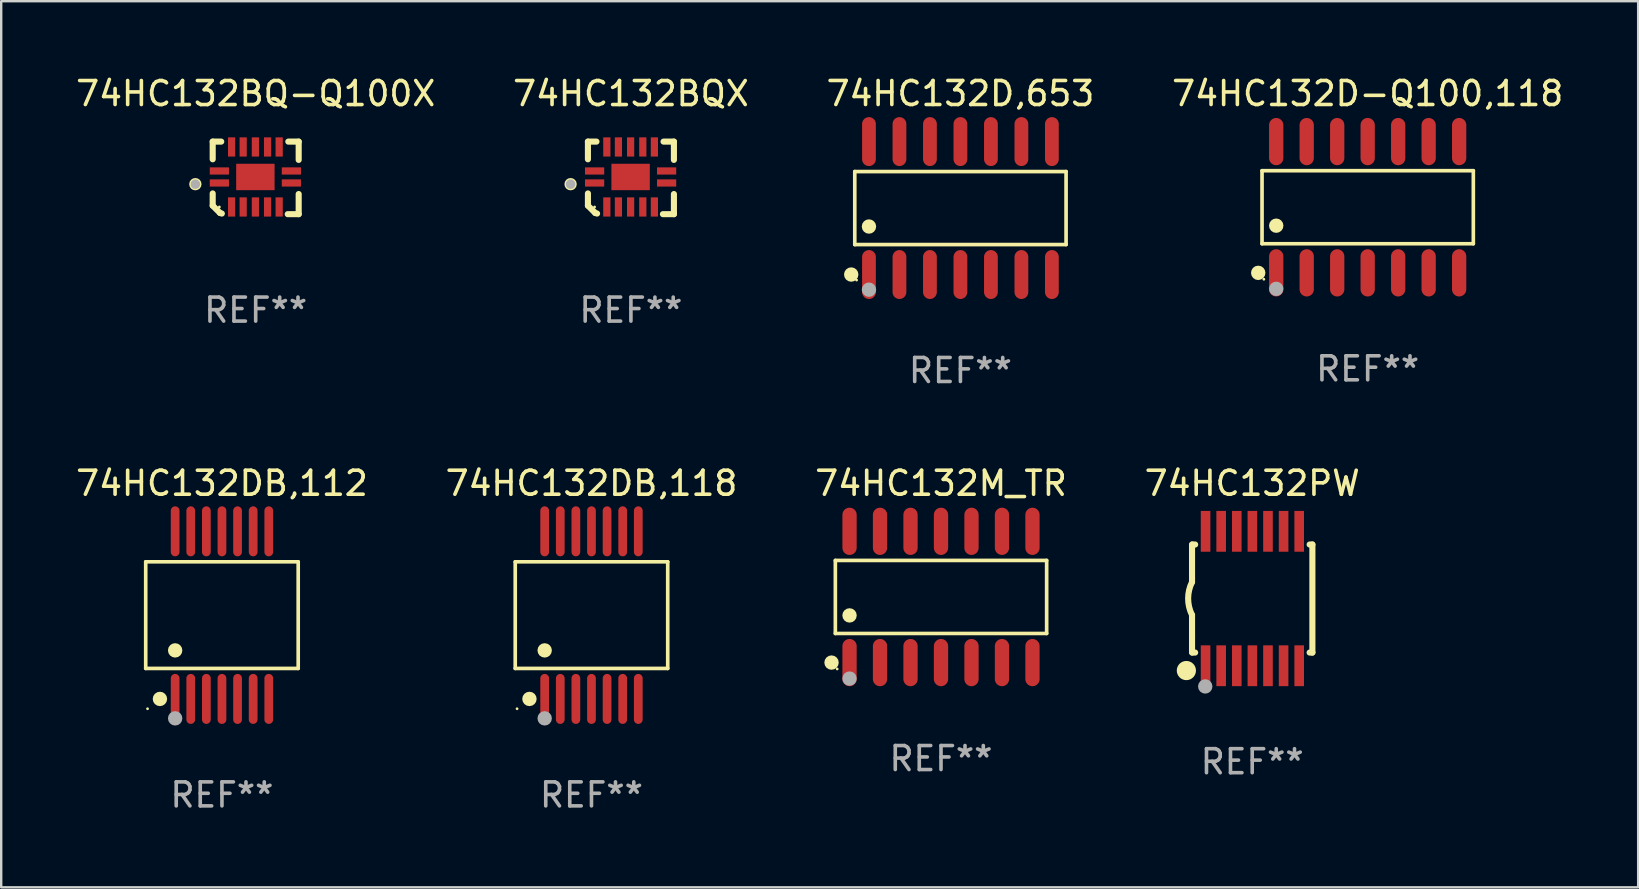
<source format=kicad_pcb>
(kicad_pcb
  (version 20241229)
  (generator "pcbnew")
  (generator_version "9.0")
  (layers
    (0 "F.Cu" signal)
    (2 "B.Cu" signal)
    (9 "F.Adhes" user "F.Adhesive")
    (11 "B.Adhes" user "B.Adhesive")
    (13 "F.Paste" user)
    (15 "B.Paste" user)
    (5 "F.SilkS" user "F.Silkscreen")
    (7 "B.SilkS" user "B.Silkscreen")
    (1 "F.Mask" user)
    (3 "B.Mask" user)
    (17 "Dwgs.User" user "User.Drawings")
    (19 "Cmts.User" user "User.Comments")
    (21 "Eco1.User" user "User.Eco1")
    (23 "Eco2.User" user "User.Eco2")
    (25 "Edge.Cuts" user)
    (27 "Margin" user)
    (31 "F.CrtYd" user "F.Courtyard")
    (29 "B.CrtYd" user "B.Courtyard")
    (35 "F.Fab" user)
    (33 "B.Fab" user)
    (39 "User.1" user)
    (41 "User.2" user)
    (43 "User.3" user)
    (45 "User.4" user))
  (footprint "74HC132PW"
    (layer "F.Cu")
    (at 49.113 21.883)
    (property "Reference" "74HC132PW" (at 0 -4.8 0) (layer "F.SilkS") (effects (font (size 1 1) (thickness 0.15))))
    (attr through_hole)
    (fp_line (start -2.507 -1.6) (end -2.507 -2.25) (stroke (width 0.254) (type solid)) (layer "F.SilkS"))
    (fp_line (start -2.507 -0.686) (end -2.507 -1.6) (stroke (width 0.254) (type solid)) (layer "F.SilkS"))
    (fp_line (start -2.507 1.6) (end -2.507 0.686) (stroke (width 0.254) (type solid)) (layer "F.SilkS"))
    (fp_line (start -2.507 1.6) (end -2.507 2.25) (stroke (width 0.254) (type solid)) (layer "F.SilkS"))
    (fp_line (start -2.493 -2.25) (end -2.377 -2.25) (stroke (width 0.254) (type solid)) (layer "F.SilkS"))
    (fp_line (start -2.377 2.25) (end -2.493 2.25) (stroke (width 0.254) (type solid)) (layer "F.SilkS"))
    (fp_line (start 2.392 -2.25) (end 2.507 -2.25) (stroke (width 0.254) (type solid)) (layer "F.SilkS"))
    (fp_line (start 2.507 -2.25) (end 2.507 2.25) (stroke (width 0.254) (type solid)) (layer "F.SilkS"))
    (fp_line (start 2.507 2.25) (end 2.392 2.25) (stroke (width 0.254) (type solid)) (layer "F.SilkS"))
    (fp_arc (start -2.507303 0.685802) (mid -2.669199 0) (end -2.507303 -0.685801) (stroke (width 0.254001) (type solid)) (layer "F.SilkS"))
    (fp_circle (center -2.743 3) (end -2.543 3) (stroke (width 0.4) (type solid)) (fill no) (layer "F.SilkS"))
    (fp_circle (center -2.493 3.2) (end -2.463 3.2) (stroke (width 0.06) (type solid)) (fill no) (layer "F.SilkS"))
    (fp_circle (center -1.957 3.662) (end -1.807 3.662) (stroke (width 0.3) (type solid)) (fill no) (layer "F.Fab"))
    (fp_text user "REF**" (at 0 6.8 0) (layer "F.Fab") (effects (font (size 1 1) (thickness 0.15))))
    (pad "1" smd rect (at -1.943 2.8) (size 0.4 1.7) (layers "F.Cu" "F.Mask" "F.Paste"))
    (pad "2" smd rect (at -1.293 2.8) (size 0.4 1.7) (layers "F.Cu" "F.Mask" "F.Paste"))
    (pad "3" smd rect (at -0.643 2.8) (size 0.4 1.7) (layers "F.Cu" "F.Mask" "F.Paste"))
    (pad "4" smd rect (at 0.007 2.8) (size 0.4 1.7) (layers "F.Cu" "F.Mask" "F.Paste"))
    (pad "5" smd rect (at 0.657 2.8) (size 0.4 1.7) (layers "F.Cu" "F.Mask" "F.Paste"))
    (pad "6" smd rect (at 1.307 2.8) (size 0.4 1.7) (layers "F.Cu" "F.Mask" "F.Paste"))
    (pad "7" smd rect (at 1.957 2.8) (size 0.4 1.7) (layers "F.Cu" "F.Mask" "F.Paste"))
    (pad "8" smd rect (at 1.957 -2.8) (size 0.4 1.7) (layers "F.Cu" "F.Mask" "F.Paste"))
    (pad "9" smd rect (at 1.307 -2.8) (size 0.4 1.7) (layers "F.Cu" "F.Mask" "F.Paste"))
    (pad "10" smd rect (at 0.657 -2.8) (size 0.4 1.7) (layers "F.Cu" "F.Mask" "F.Paste"))
    (pad "11" smd rect (at 0.007 -2.8) (size 0.4 1.7) (layers "F.Cu" "F.Mask" "F.Paste"))
    (pad "12" smd rect (at -0.643 -2.8) (size 0.4 1.7) (layers "F.Cu" "F.Mask" "F.Paste"))
    (pad "13" smd rect (at -1.293 -2.8) (size 0.4 1.7) (layers "F.Cu" "F.Mask" "F.Paste"))
    (pad "14" smd rect (at -1.943 -2.8) (size 0.4 1.7) (layers "F.Cu" "F.Mask" "F.Paste")))
  (footprint "74HC132DB,112"
    (layer "F.Cu")
    (at 6.196 22.574)
    (property "Reference" "74HC132DB,112" (at 0 -5.491 0) (layer "F.SilkS") (effects (font (size 1 1) (thickness 0.15))))
    (attr through_hole)
    (fp_line (start -3.176 -2.221) (end 3.176 -2.221) (stroke (width 0.152) (type solid)) (layer "F.SilkS"))
    (fp_line (start -3.176 2.221) (end -3.176 -2.221) (stroke (width 0.152) (type solid)) (layer "F.SilkS"))
    (fp_line (start 3.176 -2.221) (end 3.176 2.221) (stroke (width 0.152) (type solid)) (layer "F.SilkS"))
    (fp_line (start 3.176 2.221) (end -3.176 2.221) (stroke (width 0.152) (type solid)) (layer "F.SilkS"))
    (fp_circle (center -3.1 3.9) (end -3.07 3.9) (stroke (width 0.06) (type solid)) (fill no) (layer "F.SilkS"))
    (fp_circle (center -2.584 3.491) (end -2.434 3.491) (stroke (width 0.3) (type solid)) (fill no) (layer "F.SilkS"))
    (fp_circle (center -1.95 1.469) (end -1.8 1.469) (stroke (width 0.3) (type solid)) (fill no) (layer "F.SilkS"))
    (fp_circle (center -1.95 4.3) (end -1.8 4.3) (stroke (width 0.3) (type solid)) (fill no) (layer "F.Fab"))
    (fp_text user "REF**" (at 0 7.491 0) (layer "F.Fab") (effects (font (size 1 1) (thickness 0.15))))
    (pad "1" smd oval (at -1.95 3.491) (size 0.364 2.082) (layers "F.Cu" "F.Mask" "F.Paste"))
    (pad "2" smd oval (at -1.3 3.491) (size 0.364 2.082) (layers "F.Cu" "F.Mask" "F.Paste"))
    (pad "3" smd oval (at -0.65 3.491) (size 0.364 2.082) (layers "F.Cu" "F.Mask" "F.Paste"))
    (pad "4" smd oval (at 0 3.491) (size 0.364 2.082) (layers "F.Cu" "F.Mask" "F.Paste"))
    (pad "5" smd oval (at 0.65 3.491) (size 0.364 2.082) (layers "F.Cu" "F.Mask" "F.Paste"))
    (pad "6" smd oval (at 1.3 3.491) (size 0.364 2.082) (layers "F.Cu" "F.Mask" "F.Paste"))
    (pad "7" smd oval (at 1.95 3.491) (size 0.364 2.082) (layers "F.Cu" "F.Mask" "F.Paste"))
    (pad "8" smd oval (at 1.95 -3.491) (size 0.364 2.082) (layers "F.Cu" "F.Mask" "F.Paste"))
    (pad "9" smd oval (at 1.3 -3.491) (size 0.364 2.082) (layers "F.Cu" "F.Mask" "F.Paste"))
    (pad "10" smd oval (at 0.65 -3.491) (size 0.364 2.082) (layers "F.Cu" "F.Mask" "F.Paste"))
    (pad "11" smd oval (at 0 -3.491) (size 0.364 2.082) (layers "F.Cu" "F.Mask" "F.Paste"))
    (pad "12" smd oval (at -0.65 -3.491) (size 0.364 2.082) (layers "F.Cu" "F.Mask" "F.Paste"))
    (pad "13" smd oval (at -1.3 -3.491) (size 0.364 2.082) (layers "F.Cu" "F.Mask" "F.Paste"))
    (pad "14" smd oval (at -1.95 -3.491) (size 0.364 2.082) (layers "F.Cu" "F.Mask" "F.Paste")))
  (footprint "74HC132D,653"
    (layer "F.Cu")
    (at 36.958 5.617)
    (property "Reference" "74HC132D,653" (at 0 -4.769 0) (layer "F.SilkS") (effects (font (size 1 1) (thickness 0.15))))
    (attr through_hole)
    (fp_line (start -4.401 -1.521) (end 4.401 -1.521) (stroke (width 0.152) (type solid)) (layer "F.SilkS"))
    (fp_line (start -4.401 1.521) (end -4.401 -1.521) (stroke (width 0.152) (type solid)) (layer "F.SilkS"))
    (fp_line (start 4.401 -1.521) (end 4.401 1.521) (stroke (width 0.152) (type solid)) (layer "F.SilkS"))
    (fp_line (start 4.401 1.521) (end -4.401 1.521) (stroke (width 0.152) (type solid)) (layer "F.SilkS"))
    (fp_circle (center -4.549 2.769) (end -4.399 2.769) (stroke (width 0.3) (type solid)) (fill no) (layer "F.SilkS"))
    (fp_circle (center -4.325 3) (end -4.295 3) (stroke (width 0.06) (type solid)) (fill no) (layer "F.SilkS"))
    (fp_circle (center -3.81 0.769) (end -3.66 0.769) (stroke (width 0.3) (type solid)) (fill no) (layer "F.SilkS"))
    (fp_circle (center -3.81 3.4) (end -3.66 3.4) (stroke (width 0.3) (type solid)) (fill no) (layer "F.Fab"))
    (fp_text user "REF**" (at 0 6.769 0) (layer "F.Fab") (effects (font (size 1 1) (thickness 0.15))))
    (pad "1" smd oval (at -3.81 2.769) (size 0.574 2.038) (layers "F.Cu" "F.Mask" "F.Paste"))
    (pad "2" smd oval (at -2.54 2.769) (size 0.574 2.038) (layers "F.Cu" "F.Mask" "F.Paste"))
    (pad "3" smd oval (at -1.27 2.769) (size 0.574 2.038) (layers "F.Cu" "F.Mask" "F.Paste"))
    (pad "4" smd oval (at 0 2.769) (size 0.574 2.038) (layers "F.Cu" "F.Mask" "F.Paste"))
    (pad "5" smd oval (at 1.27 2.769) (size 0.574 2.038) (layers "F.Cu" "F.Mask" "F.Paste"))
    (pad "6" smd oval (at 2.54 2.769) (size 0.574 2.038) (layers "F.Cu" "F.Mask" "F.Paste"))
    (pad "7" smd oval (at 3.81 2.769) (size 0.574 2.038) (layers "F.Cu" "F.Mask" "F.Paste"))
    (pad "8" smd oval (at 3.81 -2.769) (size 0.574 2.038) (layers "F.Cu" "F.Mask" "F.Paste"))
    (pad "9" smd oval (at 2.54 -2.769) (size 0.574 2.038) (layers "F.Cu" "F.Mask" "F.Paste"))
    (pad "10" smd oval (at 1.27 -2.769) (size 0.574 2.038) (layers "F.Cu" "F.Mask" "F.Paste"))
    (pad "11" smd oval (at 0 -2.769) (size 0.574 2.038) (layers "F.Cu" "F.Mask" "F.Paste"))
    (pad "12" smd oval (at -1.27 -2.769) (size 0.574 2.038) (layers "F.Cu" "F.Mask" "F.Paste"))
    (pad "13" smd oval (at -2.54 -2.769) (size 0.574 2.038) (layers "F.Cu" "F.Mask" "F.Paste"))
    (pad "14" smd oval (at -3.81 -2.769) (size 0.574 2.038) (layers "F.Cu" "F.Mask" "F.Paste")))
  (footprint "74HC132BQ-Q100X"
    (layer "F.Cu")
    (at 7.601 4.36)
    (property "Reference" "74HC132BQ-Q100X" (at 0 -3.511 0) (layer "F.SilkS") (effects (font (size 1 1) (thickness 0.15))))
    (attr through_hole)
    (fp_line (start -1.791 -1.511) (end -1.435 -1.511) (stroke (width 0.254) (type solid)) (layer "F.SilkS"))
    (fp_line (start -1.791 -0.775) (end -1.791 -1.511) (stroke (width 0.254) (type solid)) (layer "F.SilkS"))
    (fp_line (start -1.791 1.156) (end -1.791 0.648) (stroke (width 0.254) (type solid)) (layer "F.SilkS"))
    (fp_line (start -1.486 1.461) (end -1.791 1.156) (stroke (width 0.254) (type solid)) (layer "F.SilkS"))
    (fp_line (start -1.41 1.486) (end -1.486 1.461) (stroke (width 0.254) (type solid)) (layer "F.SilkS"))
    (fp_line (start 1.334 1.511) (end 1.791 1.511) (stroke (width 0.254) (type solid)) (layer "F.SilkS"))
    (fp_line (start 1.791 -1.511) (end 1.359 -1.511) (stroke (width 0.254) (type solid)) (layer "F.SilkS"))
    (fp_line (start 1.791 -0.749) (end 1.791 -1.511) (stroke (width 0.254) (type solid)) (layer "F.SilkS"))
    (fp_line (start 1.791 1.511) (end 1.791 0.673) (stroke (width 0.254) (type solid)) (layer "F.SilkS"))
    (fp_circle (center -2.513 0.262) (end -2.383 0.262) (stroke (width 0.254) (type solid)) (fill no) (layer "F.SilkS"))
    (fp_circle (center -1.513 1.212) (end -1.483 1.212) (stroke (width 0.06) (type solid)) (fill no) (layer "F.SilkS"))
    (fp_circle (center -2.513 0.262) (end -2.413 0.262) (stroke (width 0.2) (type solid)) (fill no) (layer "F.Fab"))
    (fp_text user "REF**" (at 0 5.511 0) (layer "F.Fab") (effects (font (size 1 1) (thickness 0.15))))
    (pad "1" smd rect (at -1.513 0.212) (size 0.8 0.3) (layers "F.Cu" "F.Mask" "F.Paste"))
    (pad "2" smd rect (at -1.003 1.212) (size 0.3 0.8) (layers "F.Cu" "F.Mask" "F.Paste"))
    (pad "3" smd rect (at -0.521 1.212) (size 0.3 0.8) (layers "F.Cu" "F.Mask" "F.Paste"))
    (pad "4" smd rect (at -0.013 1.212) (size 0.3 0.8) (layers "F.Cu" "F.Mask" "F.Paste"))
    (pad "5" smd rect (at 0.495 1.212) (size 0.3 0.8) (layers "F.Cu" "F.Mask" "F.Paste"))
    (pad "6" smd rect (at 0.978 1.212) (size 0.3 0.8) (layers "F.Cu" "F.Mask" "F.Paste"))
    (pad "7" smd rect (at 1.487 0.212) (size 0.8 0.3) (layers "F.Cu" "F.Mask" "F.Paste"))
    (pad "8" smd rect (at 1.487 -0.288) (size 0.8 0.3) (layers "F.Cu" "F.Mask" "F.Paste"))
    (pad "9" smd rect (at 0.978 -1.288) (size 0.3 0.8) (layers "F.Cu" "F.Mask" "F.Paste"))
    (pad "10" smd rect (at 0.495 -1.288) (size 0.3 0.8) (layers "F.Cu" "F.Mask" "F.Paste"))
    (pad "11" smd rect (at -0.013 -1.288) (size 0.3 0.8) (layers "F.Cu" "F.Mask" "F.Paste"))
    (pad "12" smd rect (at -0.521 -1.288) (size 0.3 0.8) (layers "F.Cu" "F.Mask" "F.Paste"))
    (pad "13" smd rect (at -1.003 -1.288) (size 0.3 0.8) (layers "F.Cu" "F.Mask" "F.Paste"))
    (pad "14" smd rect (at -1.513 -0.288) (size 0.8 0.3) (layers "F.Cu" "F.Mask" "F.Paste"))
    (pad "15" smd rect (at -0.013 -0.038 90) (size 1.1 1.6) (layers "F.Cu" "F.Mask" "F.Paste")))
  (footprint "74HC132M_TR"
    (layer "F.Cu")
    (at 36.149 21.817)
    (property "Reference" "74HC132M_TR" (at 0 -4.734 0) (layer "F.SilkS") (effects (font (size 1 1) (thickness 0.15))))
    (attr through_hole)
    (fp_line (start -4.401 -1.521) (end 4.401 -1.521) (stroke (width 0.152) (type solid)) (layer "F.SilkS"))
    (fp_line (start -4.401 1.521) (end -4.401 -1.521) (stroke (width 0.152) (type solid)) (layer "F.SilkS"))
    (fp_line (start 4.401 -1.521) (end 4.401 1.521) (stroke (width 0.152) (type solid)) (layer "F.SilkS"))
    (fp_line (start 4.401 1.521) (end -4.401 1.521) (stroke (width 0.152) (type solid)) (layer "F.SilkS"))
    (fp_circle (center -4.56 2.734) (end -4.41 2.734) (stroke (width 0.3) (type solid)) (fill no) (layer "F.SilkS"))
    (fp_circle (center -4.325 3) (end -4.295 3) (stroke (width 0.06) (type solid)) (fill no) (layer "F.SilkS"))
    (fp_circle (center -3.81 0.769) (end -3.66 0.769) (stroke (width 0.3) (type solid)) (fill no) (layer "F.SilkS"))
    (fp_circle (center -3.81 3.4) (end -3.66 3.4) (stroke (width 0.3) (type solid)) (fill no) (layer "F.Fab"))
    (fp_text user "REF**" (at 0 6.734 0) (layer "F.Fab") (effects (font (size 1 1) (thickness 0.15))))
    (pad "1" smd oval (at -3.81 2.734) (size 0.595 1.968) (layers "F.Cu" "F.Mask" "F.Paste"))
    (pad "2" smd oval (at -2.54 2.734) (size 0.595 1.968) (layers "F.Cu" "F.Mask" "F.Paste"))
    (pad "3" smd oval (at -1.27 2.734) (size 0.595 1.968) (layers "F.Cu" "F.Mask" "F.Paste"))
    (pad "4" smd oval (at 0 2.734) (size 0.595 1.968) (layers "F.Cu" "F.Mask" "F.Paste"))
    (pad "5" smd oval (at 1.27 2.734) (size 0.595 1.968) (layers "F.Cu" "F.Mask" "F.Paste"))
    (pad "6" smd oval (at 2.54 2.734) (size 0.595 1.968) (layers "F.Cu" "F.Mask" "F.Paste"))
    (pad "7" smd oval (at 3.81 2.734) (size 0.595 1.968) (layers "F.Cu" "F.Mask" "F.Paste"))
    (pad "8" smd oval (at 3.81 -2.734) (size 0.595 1.968) (layers "F.Cu" "F.Mask" "F.Paste"))
    (pad "9" smd oval (at 2.54 -2.734) (size 0.595 1.968) (layers "F.Cu" "F.Mask" "F.Paste"))
    (pad "10" smd oval (at 1.27 -2.734) (size 0.595 1.968) (layers "F.Cu" "F.Mask" "F.Paste"))
    (pad "11" smd oval (at 0 -2.734) (size 0.595 1.968) (layers "F.Cu" "F.Mask" "F.Paste"))
    (pad "12" smd oval (at -1.27 -2.734) (size 0.595 1.968) (layers "F.Cu" "F.Mask" "F.Paste"))
    (pad "13" smd oval (at -2.54 -2.734) (size 0.595 1.968) (layers "F.Cu" "F.Mask" "F.Paste"))
    (pad "14" smd oval (at -3.81 -2.734) (size 0.595 1.968) (layers "F.Cu" "F.Mask" "F.Paste")))
  (footprint "74HC132D-Q100,118"
    (layer "F.Cu")
    (at 53.923 5.582)
    (property "Reference" "74HC132D-Q100,118" (at 0 -4.734 0) (layer "F.SilkS") (effects (font (size 1 1) (thickness 0.15))))
    (attr through_hole)
    (fp_line (start -4.401 -1.521) (end 4.401 -1.521) (stroke (width 0.152) (type solid)) (layer "F.SilkS"))
    (fp_line (start -4.401 1.521) (end -4.401 -1.521) (stroke (width 0.152) (type solid)) (layer "F.SilkS"))
    (fp_line (start 4.401 -1.521) (end 4.401 1.521) (stroke (width 0.152) (type solid)) (layer "F.SilkS"))
    (fp_line (start 4.401 1.521) (end -4.401 1.521) (stroke (width 0.152) (type solid)) (layer "F.SilkS"))
    (fp_circle (center -4.56 2.734) (end -4.41 2.734) (stroke (width 0.3) (type solid)) (fill no) (layer "F.SilkS"))
    (fp_circle (center -4.325 3) (end -4.295 3) (stroke (width 0.06) (type solid)) (fill no) (layer "F.SilkS"))
    (fp_circle (center -3.81 0.769) (end -3.66 0.769) (stroke (width 0.3) (type solid)) (fill no) (layer "F.SilkS"))
    (fp_circle (center -3.81 3.4) (end -3.66 3.4) (stroke (width 0.3) (type solid)) (fill no) (layer "F.Fab"))
    (fp_text user "REF**" (at 0 6.734 0) (layer "F.Fab") (effects (font (size 1 1) (thickness 0.15))))
    (pad "1" smd oval (at -3.81 2.734) (size 0.595 1.968) (layers "F.Cu" "F.Mask" "F.Paste"))
    (pad "2" smd oval (at -2.54 2.734) (size 0.595 1.968) (layers "F.Cu" "F.Mask" "F.Paste"))
    (pad "3" smd oval (at -1.27 2.734) (size 0.595 1.968) (layers "F.Cu" "F.Mask" "F.Paste"))
    (pad "4" smd oval (at 0 2.734) (size 0.595 1.968) (layers "F.Cu" "F.Mask" "F.Paste"))
    (pad "5" smd oval (at 1.27 2.734) (size 0.595 1.968) (layers "F.Cu" "F.Mask" "F.Paste"))
    (pad "6" smd oval (at 2.54 2.734) (size 0.595 1.968) (layers "F.Cu" "F.Mask" "F.Paste"))
    (pad "7" smd oval (at 3.81 2.734) (size 0.595 1.968) (layers "F.Cu" "F.Mask" "F.Paste"))
    (pad "8" smd oval (at 3.81 -2.734) (size 0.595 1.968) (layers "F.Cu" "F.Mask" "F.Paste"))
    (pad "9" smd oval (at 2.54 -2.734) (size 0.595 1.968) (layers "F.Cu" "F.Mask" "F.Paste"))
    (pad "10" smd oval (at 1.27 -2.734) (size 0.595 1.968) (layers "F.Cu" "F.Mask" "F.Paste"))
    (pad "11" smd oval (at 0 -2.734) (size 0.595 1.968) (layers "F.Cu" "F.Mask" "F.Paste"))
    (pad "12" smd oval (at -1.27 -2.734) (size 0.595 1.968) (layers "F.Cu" "F.Mask" "F.Paste"))
    (pad "13" smd oval (at -2.54 -2.734) (size 0.595 1.968) (layers "F.Cu" "F.Mask" "F.Paste"))
    (pad "14" smd oval (at -3.81 -2.734) (size 0.595 1.968) (layers "F.Cu" "F.Mask" "F.Paste")))
  (footprint "74HC132DB,118"
    (layer "F.Cu")
    (at 21.589 22.574)
    (property "Reference" "74HC132DB,118" (at 0 -5.491 0) (layer "F.SilkS") (effects (font (size 1 1) (thickness 0.15))))
    (attr through_hole)
    (fp_line (start -3.176 -2.221) (end 3.176 -2.221) (stroke (width 0.152) (type solid)) (layer "F.SilkS"))
    (fp_line (start -3.176 2.221) (end -3.176 -2.221) (stroke (width 0.152) (type solid)) (layer "F.SilkS"))
    (fp_line (start 3.176 -2.221) (end 3.176 2.221) (stroke (width 0.152) (type solid)) (layer "F.SilkS"))
    (fp_line (start 3.176 2.221) (end -3.176 2.221) (stroke (width 0.152) (type solid)) (layer "F.SilkS"))
    (fp_circle (center -3.1 3.9) (end -3.07 3.9) (stroke (width 0.06) (type solid)) (fill no) (layer "F.SilkS"))
    (fp_circle (center -2.584 3.491) (end -2.434 3.491) (stroke (width 0.3) (type solid)) (fill no) (layer "F.SilkS"))
    (fp_circle (center -1.95 1.469) (end -1.8 1.469) (stroke (width 0.3) (type solid)) (fill no) (layer "F.SilkS"))
    (fp_circle (center -1.95 4.3) (end -1.8 4.3) (stroke (width 0.3) (type solid)) (fill no) (layer "F.Fab"))
    (fp_text user "REF**" (at 0 7.491 0) (layer "F.Fab") (effects (font (size 1 1) (thickness 0.15))))
    (pad "1" smd oval (at -1.95 3.491) (size 0.364 2.082) (layers "F.Cu" "F.Mask" "F.Paste"))
    (pad "2" smd oval (at -1.3 3.491) (size 0.364 2.082) (layers "F.Cu" "F.Mask" "F.Paste"))
    (pad "3" smd oval (at -0.65 3.491) (size 0.364 2.082) (layers "F.Cu" "F.Mask" "F.Paste"))
    (pad "4" smd oval (at 0 3.491) (size 0.364 2.082) (layers "F.Cu" "F.Mask" "F.Paste"))
    (pad "5" smd oval (at 0.65 3.491) (size 0.364 2.082) (layers "F.Cu" "F.Mask" "F.Paste"))
    (pad "6" smd oval (at 1.3 3.491) (size 0.364 2.082) (layers "F.Cu" "F.Mask" "F.Paste"))
    (pad "7" smd oval (at 1.95 3.491) (size 0.364 2.082) (layers "F.Cu" "F.Mask" "F.Paste"))
    (pad "8" smd oval (at 1.95 -3.491) (size 0.364 2.082) (layers "F.Cu" "F.Mask" "F.Paste"))
    (pad "9" smd oval (at 1.3 -3.491) (size 0.364 2.082) (layers "F.Cu" "F.Mask" "F.Paste"))
    (pad "10" smd oval (at 0.65 -3.491) (size 0.364 2.082) (layers "F.Cu" "F.Mask" "F.Paste"))
    (pad "11" smd oval (at 0 -3.491) (size 0.364 2.082) (layers "F.Cu" "F.Mask" "F.Paste"))
    (pad "12" smd oval (at -0.65 -3.491) (size 0.364 2.082) (layers "F.Cu" "F.Mask" "F.Paste"))
    (pad "13" smd oval (at -1.3 -3.491) (size 0.364 2.082) (layers "F.Cu" "F.Mask" "F.Paste"))
    (pad "14" smd oval (at -1.95 -3.491) (size 0.364 2.082) (layers "F.Cu" "F.Mask" "F.Paste")))
  (footprint "74HC132BQX"
    (layer "F.Cu")
    (at 23.232 4.36)
    (property "Reference" "74HC132BQX" (at 0 -3.511 0) (layer "F.SilkS") (effects (font (size 1 1) (thickness 0.15))))
    (attr through_hole)
    (fp_line (start -1.791 -1.511) (end -1.435 -1.511) (stroke (width 0.254) (type solid)) (layer "F.SilkS"))
    (fp_line (start -1.791 -0.775) (end -1.791 -1.511) (stroke (width 0.254) (type solid)) (layer "F.SilkS"))
    (fp_line (start -1.791 1.156) (end -1.791 0.648) (stroke (width 0.254) (type solid)) (layer "F.SilkS"))
    (fp_line (start -1.486 1.461) (end -1.791 1.156) (stroke (width 0.254) (type solid)) (layer "F.SilkS"))
    (fp_line (start -1.41 1.486) (end -1.486 1.461) (stroke (width 0.254) (type solid)) (layer "F.SilkS"))
    (fp_line (start 1.334 1.511) (end 1.791 1.511) (stroke (width 0.254) (type solid)) (layer "F.SilkS"))
    (fp_line (start 1.791 -1.511) (end 1.359 -1.511) (stroke (width 0.254) (type solid)) (layer "F.SilkS"))
    (fp_line (start 1.791 -0.749) (end 1.791 -1.511) (stroke (width 0.254) (type solid)) (layer "F.SilkS"))
    (fp_line (start 1.791 1.511) (end 1.791 0.673) (stroke (width 0.254) (type solid)) (layer "F.SilkS"))
    (fp_circle (center -2.513 0.262) (end -2.383 0.262) (stroke (width 0.254) (type solid)) (fill no) (layer "F.SilkS"))
    (fp_circle (center -1.513 1.212) (end -1.483 1.212) (stroke (width 0.06) (type solid)) (fill no) (layer "F.SilkS"))
    (fp_circle (center -2.513 0.262) (end -2.413 0.262) (stroke (width 0.2) (type solid)) (fill no) (layer "F.Fab"))
    (fp_text user "REF**" (at 0 5.511 0) (layer "F.Fab") (effects (font (size 1 1) (thickness 0.15))))
    (pad "1" smd rect (at -1.513 0.212) (size 0.8 0.3) (layers "F.Cu" "F.Mask" "F.Paste"))
    (pad "2" smd rect (at -1.003 1.212) (size 0.3 0.8) (layers "F.Cu" "F.Mask" "F.Paste"))
    (pad "3" smd rect (at -0.521 1.212) (size 0.3 0.8) (layers "F.Cu" "F.Mask" "F.Paste"))
    (pad "4" smd rect (at -0.013 1.212) (size 0.3 0.8) (layers "F.Cu" "F.Mask" "F.Paste"))
    (pad "5" smd rect (at 0.495 1.212) (size 0.3 0.8) (layers "F.Cu" "F.Mask" "F.Paste"))
    (pad "6" smd rect (at 0.978 1.212) (size 0.3 0.8) (layers "F.Cu" "F.Mask" "F.Paste"))
    (pad "7" smd rect (at 1.487 0.212) (size 0.8 0.3) (layers "F.Cu" "F.Mask" "F.Paste"))
    (pad "8" smd rect (at 1.487 -0.288) (size 0.8 0.3) (layers "F.Cu" "F.Mask" "F.Paste"))
    (pad "9" smd rect (at 0.978 -1.288) (size 0.3 0.8) (layers "F.Cu" "F.Mask" "F.Paste"))
    (pad "10" smd rect (at 0.495 -1.288) (size 0.3 0.8) (layers "F.Cu" "F.Mask" "F.Paste"))
    (pad "11" smd rect (at -0.013 -1.288) (size 0.3 0.8) (layers "F.Cu" "F.Mask" "F.Paste"))
    (pad "12" smd rect (at -0.521 -1.288) (size 0.3 0.8) (layers "F.Cu" "F.Mask" "F.Paste"))
    (pad "13" smd rect (at -1.003 -1.288) (size 0.3 0.8) (layers "F.Cu" "F.Mask" "F.Paste"))
    (pad "14" smd rect (at -1.513 -0.288) (size 0.8 0.3) (layers "F.Cu" "F.Mask" "F.Paste"))
    (pad "15" smd rect (at -0.013 -0.038 90) (size 1.1 1.6) (layers "F.Cu" "F.Mask" "F.Paste")))
  (gr_rect
    (start -3 -3)
    (end 65.19 33.913)
    (stroke (width 0.1) (type default))
    (fill no)
    (layer "Edge.Cuts")))
</source>
